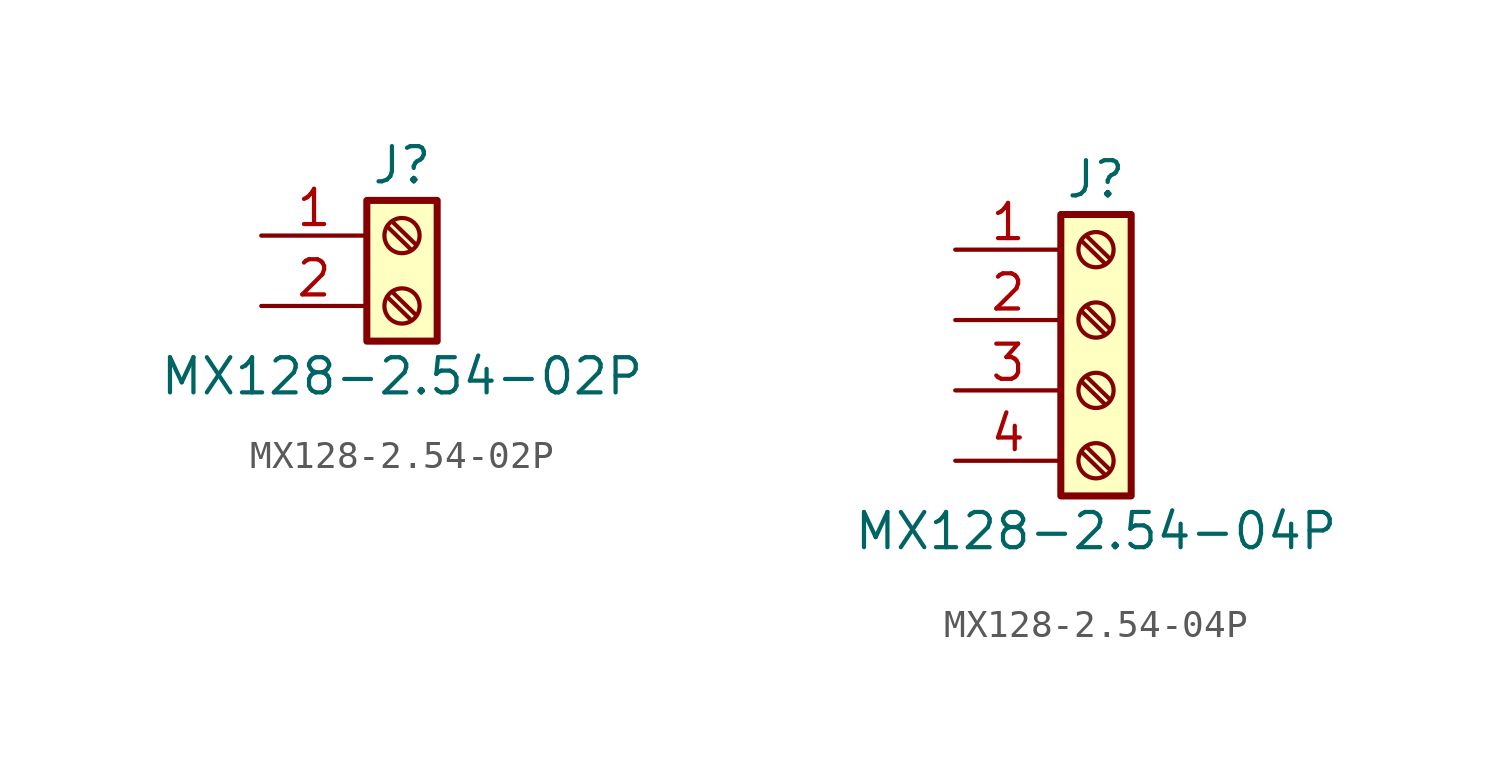
<source format=kicad_sym>
(kicad_symbol_lib
  (version 20241209)
  (generator "kicad_symbol_editor")
  (generator_version "9.0")
  (symbol "MX128-2.54-02P"
    (pin_names
      (offset 1.016)
      (hide yes))
    (property "Reference" "J"
      (at 0 2.54 0)
      (effects (font (size 1.27 1.27))))
    (property "Value" "MX128-2.54-02P"
      (at 0 -5.08 0)
      (effects (font (size 1.27 1.27))))
    (symbol "MX128-2.54-02P_1_1"
      (rectangle (start -1.27 1.27) (end 1.27 -3.81) (stroke (width 0.254) (type default)) (fill (type background)))
      (polyline (pts (xy -0.533 0.33) (xy 0.33 -0.508)) (stroke (width 0.152) (type default)) (fill (type none)))
      (polyline (pts (xy -0.533 -2.21) (xy 0.33 -3.048)) (stroke (width 0.152) (type default)) (fill (type none)))
      (polyline (pts (xy -0.356 0.508) (xy 0.508 -0.33)) (stroke (width 0.152) (type default)) (fill (type none)))
      (polyline (pts (xy -0.356 -2.032) (xy 0.508 -2.87)) (stroke (width 0.152) (type default)) (fill (type none)))
      (circle (center 0 0) (radius 0.635) (stroke (width 0.152) (type default)) (fill (type none)))
      (circle (center 0 -2.54) (radius 0.635) (stroke (width 0.152) (type default)) (fill (type none)))
      (pin passive line (at -5.08 0 0) (length 3.81) (name "Pin_1" (effects (font (size 1.27 1.27)))) (number "1" (effects (font (size 1.27 1.27)))))
      (pin passive line (at -5.08 -2.54 0) (length 3.81) (name "Pin_2" (effects (font (size 1.27 1.27)))) (number "2" (effects (font (size 1.27 1.27)))))))
  (symbol "MX128-2.54-04P"
    (pin_names
      (offset 1.016)
      (hide yes))
    (property "Reference" "J"
      (at 0 5.08 0)
      (effects (font (size 1.27 1.27))))
    (property "Value" "MX128-2.54-04P"
      (at 0 -7.62 0)
      (effects (font (size 1.27 1.27))))
    (symbol "MX128-2.54-04P_1_1"
      (rectangle (start -1.27 3.81) (end 1.27 -6.35) (stroke (width 0.254) (type default)) (fill (type background)))
      (polyline (pts (xy -0.533 2.87) (xy 0.33 2.032)) (stroke (width 0.152) (type default)) (fill (type none)))
      (polyline (pts (xy -0.533 0.33) (xy 0.33 -0.508)) (stroke (width 0.152) (type default)) (fill (type none)))
      (polyline (pts (xy -0.533 -2.21) (xy 0.33 -3.048)) (stroke (width 0.152) (type default)) (fill (type none)))
      (polyline (pts (xy -0.533 -4.75) (xy 0.33 -5.588)) (stroke (width 0.152) (type default)) (fill (type none)))
      (polyline (pts (xy -0.356 3.048) (xy 0.508 2.21)) (stroke (width 0.152) (type default)) (fill (type none)))
      (polyline (pts (xy -0.356 0.508) (xy 0.508 -0.33)) (stroke (width 0.152) (type default)) (fill (type none)))
      (polyline (pts (xy -0.356 -2.032) (xy 0.508 -2.87)) (stroke (width 0.152) (type default)) (fill (type none)))
      (polyline (pts (xy -0.356 -4.572) (xy 0.508 -5.41)) (stroke (width 0.152) (type default)) (fill (type none)))
      (circle (center 0 2.54) (radius 0.635) (stroke (width 0.152) (type default)) (fill (type none)))
      (circle (center 0 0) (radius 0.635) (stroke (width 0.152) (type default)) (fill (type none)))
      (circle (center 0 -2.54) (radius 0.635) (stroke (width 0.152) (type default)) (fill (type none)))
      (circle (center 0 -5.08) (radius 0.635) (stroke (width 0.152) (type default)) (fill (type none)))
      (pin passive line (at -5.08 2.54 0) (length 3.81) (name "Pin_1" (effects (font (size 1.27 1.27)))) (number "1" (effects (font (size 1.27 1.27)))))
      (pin passive line (at -5.08 0 0) (length 3.81) (name "Pin_2" (effects (font (size 1.27 1.27)))) (number "2" (effects (font (size 1.27 1.27)))))
      (pin passive line (at -5.08 -2.54 0) (length 3.81) (name "Pin_3" (effects (font (size 1.27 1.27)))) (number "3" (effects (font (size 1.27 1.27)))))
      (pin passive line (at -5.08 -5.08 0) (length 3.81) (name "Pin_4" (effects (font (size 1.27 1.27)))) (number "4" (effects (font (size 1.27 1.27))))))))
</source>
